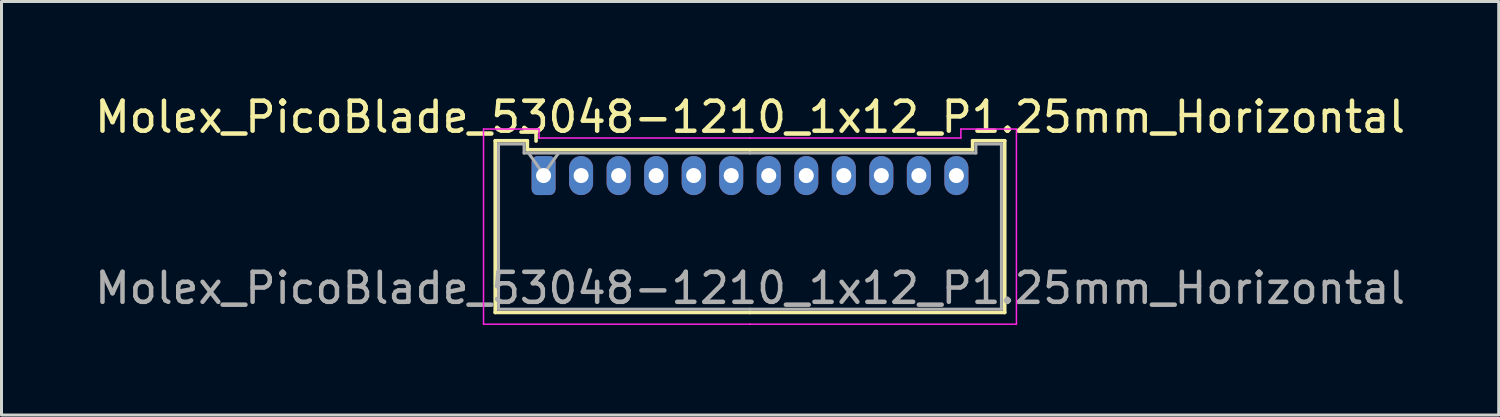
<source format=kicad_pcb>
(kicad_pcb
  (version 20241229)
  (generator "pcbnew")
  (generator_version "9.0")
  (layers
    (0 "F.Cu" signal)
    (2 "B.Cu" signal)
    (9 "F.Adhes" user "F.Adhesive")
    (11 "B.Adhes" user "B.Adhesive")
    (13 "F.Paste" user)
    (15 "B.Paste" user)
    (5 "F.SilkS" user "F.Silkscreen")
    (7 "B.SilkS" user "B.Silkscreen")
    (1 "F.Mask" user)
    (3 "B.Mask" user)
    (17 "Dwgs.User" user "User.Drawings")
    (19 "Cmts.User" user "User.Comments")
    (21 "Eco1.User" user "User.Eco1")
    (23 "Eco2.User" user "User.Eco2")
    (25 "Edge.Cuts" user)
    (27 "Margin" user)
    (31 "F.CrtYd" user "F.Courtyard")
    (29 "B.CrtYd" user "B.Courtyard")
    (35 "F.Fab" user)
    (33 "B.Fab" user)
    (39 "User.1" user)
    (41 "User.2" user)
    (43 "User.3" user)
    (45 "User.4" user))
  (footprint "Molex_PicoBlade_53048-1210_1x12_P1.25mm_Horizontal"
    (layer "F.Cu")
    (at 15.055 2.798)
    (property "Reference" "Molex_PicoBlade_53048-1210_1x12_P1.25mm_Horizontal" (at 6.88 -1.95 0) (layer "F.SilkS") (effects (font (size 1 1) (thickness 0.15))))
    (attr through_hole)
    (fp_line (start -1.61 -1.16) (end -1.61 4.56) (stroke (width 0.12) (type solid)) (layer "F.SilkS"))
    (fp_line (start -1.61 4.56) (end 6.875 4.56) (stroke (width 0.12) (type solid)) (layer "F.SilkS"))
    (fp_line (start -0.54 -1.16) (end -1.61 -1.16) (stroke (width 0.12) (type solid)) (layer "F.SilkS"))
    (fp_line (start -0.54 -0.86) (end -0.54 -1.16) (stroke (width 0.12) (type solid)) (layer "F.SilkS"))
    (fp_line (start -0.25 -1.45) (end -0.75 -1.45) (stroke (width 0.12) (type solid)) (layer "F.SilkS"))
    (fp_line (start -0.25 -1.15) (end -0.25 -1.45) (stroke (width 0.12) (type solid)) (layer "F.SilkS"))
    (fp_line (start 6.875 -0.86) (end -0.54 -0.86) (stroke (width 0.12) (type solid)) (layer "F.SilkS"))
    (fp_line (start 6.875 -0.86) (end 14.29 -0.86) (stroke (width 0.12) (type solid)) (layer "F.SilkS"))
    (fp_line (start 14.29 -1.16) (end 15.36 -1.16) (stroke (width 0.12) (type solid)) (layer "F.SilkS"))
    (fp_line (start 14.29 -0.86) (end 14.29 -1.16) (stroke (width 0.12) (type solid)) (layer "F.SilkS"))
    (fp_line (start 15.36 -1.16) (end 15.36 4.56) (stroke (width 0.12) (type solid)) (layer "F.SilkS"))
    (fp_line (start 15.36 4.56) (end 6.875 4.56) (stroke (width 0.12) (type solid)) (layer "F.SilkS"))
    (fp_line (start -2 -1.55) (end -2 4.95) (stroke (width 0.05) (type solid)) (layer "F.CrtYd"))
    (fp_line (start -2 4.95) (end 6.88 4.95) (stroke (width 0.05) (type solid)) (layer "F.CrtYd"))
    (fp_line (start -0.15 -1.55) (end -2 -1.55) (stroke (width 0.05) (type solid)) (layer "F.CrtYd"))
    (fp_line (start -0.15 -1.25) (end -0.15 -1.55) (stroke (width 0.05) (type solid)) (layer "F.CrtYd"))
    (fp_line (start 6.87 -1.25) (end 13.9 -1.25) (stroke (width 0.05) (type solid)) (layer "F.CrtYd"))
    (fp_line (start 6.88 -1.25) (end -0.15 -1.25) (stroke (width 0.05) (type solid)) (layer "F.CrtYd"))
    (fp_line (start 13.9 -1.55) (end 15.75 -1.55) (stroke (width 0.05) (type solid)) (layer "F.CrtYd"))
    (fp_line (start 13.9 -1.25) (end 13.9 -1.55) (stroke (width 0.05) (type solid)) (layer "F.CrtYd"))
    (fp_line (start 15.75 -1.55) (end 15.75 4.95) (stroke (width 0.05) (type solid)) (layer "F.CrtYd"))
    (fp_line (start 15.75 4.95) (end 6.87 4.95) (stroke (width 0.05) (type solid)) (layer "F.CrtYd"))
    (fp_line (start -1.5 -1.05) (end -1.5 4.45) (stroke (width 0.1) (type solid)) (layer "F.Fab"))
    (fp_line (start -1.5 4.45) (end 6.875 4.45) (stroke (width 0.1) (type solid)) (layer "F.Fab"))
    (fp_line (start -0.65 -1.05) (end -1.5 -1.05) (stroke (width 0.1) (type solid)) (layer "F.Fab"))
    (fp_line (start -0.65 -0.75) (end -0.65 -1.05) (stroke (width 0.1) (type solid)) (layer "F.Fab"))
    (fp_line (start -0.5 -0.75) (end 0 -0.043) (stroke (width 0.1) (type solid)) (layer "F.Fab"))
    (fp_line (start 0 -0.043) (end 0.5 -0.75) (stroke (width 0.1) (type solid)) (layer "F.Fab"))
    (fp_line (start 6.875 -0.75) (end -0.65 -0.75) (stroke (width 0.1) (type solid)) (layer "F.Fab"))
    (fp_line (start 6.875 -0.75) (end 14.4 -0.75) (stroke (width 0.1) (type solid)) (layer "F.Fab"))
    (fp_line (start 14.4 -1.05) (end 15.25 -1.05) (stroke (width 0.1) (type solid)) (layer "F.Fab"))
    (fp_line (start 14.4 -0.75) (end 14.4 -1.05) (stroke (width 0.1) (type solid)) (layer "F.Fab"))
    (fp_line (start 15.25 -1.05) (end 15.25 4.45) (stroke (width 0.1) (type solid)) (layer "F.Fab"))
    (fp_line (start 15.25 4.45) (end 6.875 4.45) (stroke (width 0.1) (type solid)) (layer "F.Fab"))
    (fp_text user "${REFERENCE}" (at 6.88 3.75 0) (layer "F.Fab") (effects (font (size 1 1) (thickness 0.15))))
    (pad "1" thru_hole roundrect (at 0 0) (size 0.8 1.3) (drill 0.5) (layers "*.Cu" "*.Mask") (roundrect_rratio 0.25))
    (pad "2" thru_hole oval (at 1.25 0) (size 0.8 1.3) (drill 0.5) (layers "*.Cu" "*.Mask"))
    (pad "3" thru_hole oval (at 2.5 0) (size 0.8 1.3) (drill 0.5) (layers "*.Cu" "*.Mask"))
    (pad "4" thru_hole oval (at 3.75 0) (size 0.8 1.3) (drill 0.5) (layers "*.Cu" "*.Mask"))
    (pad "5" thru_hole oval (at 5 0) (size 0.8 1.3) (drill 0.5) (layers "*.Cu" "*.Mask"))
    (pad "6" thru_hole oval (at 6.25 0) (size 0.8 1.3) (drill 0.5) (layers "*.Cu" "*.Mask"))
    (pad "7" thru_hole oval (at 7.5 0) (size 0.8 1.3) (drill 0.5) (layers "*.Cu" "*.Mask"))
    (pad "8" thru_hole oval (at 8.75 0) (size 0.8 1.3) (drill 0.5) (layers "*.Cu" "*.Mask"))
    (pad "9" thru_hole oval (at 10 0) (size 0.8 1.3) (drill 0.5) (layers "*.Cu" "*.Mask"))
    (pad "10" thru_hole oval (at 11.25 0) (size 0.8 1.3) (drill 0.5) (layers "*.Cu" "*.Mask"))
    (pad "11" thru_hole oval (at 12.5 0) (size 0.8 1.3) (drill 0.5) (layers "*.Cu" "*.Mask"))
    (pad "12" thru_hole oval (at 13.75 0) (size 0.8 1.3) (drill 0.5) (layers "*.Cu" "*.Mask")))
  (gr_rect
    (start -3 -3)
    (end 46.869 10.773)
    (stroke (width 0.1) (type default))
    (fill no)
    (layer "Edge.Cuts")))
</source>
